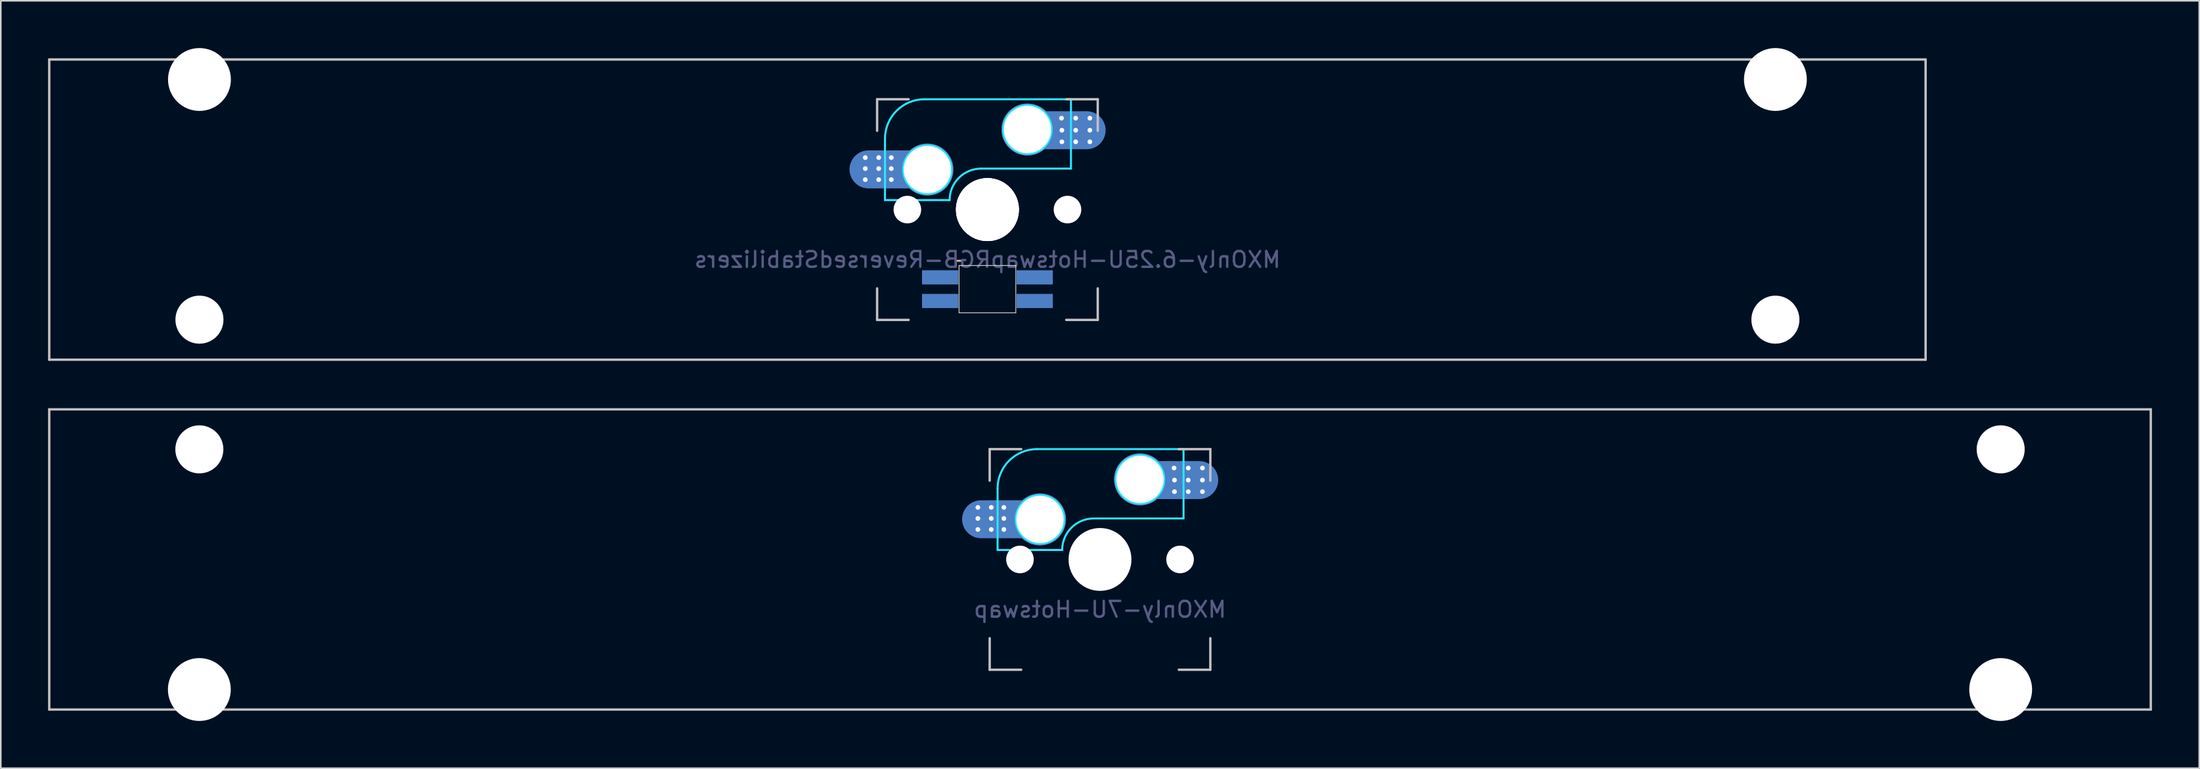
<source format=kicad_pcb>
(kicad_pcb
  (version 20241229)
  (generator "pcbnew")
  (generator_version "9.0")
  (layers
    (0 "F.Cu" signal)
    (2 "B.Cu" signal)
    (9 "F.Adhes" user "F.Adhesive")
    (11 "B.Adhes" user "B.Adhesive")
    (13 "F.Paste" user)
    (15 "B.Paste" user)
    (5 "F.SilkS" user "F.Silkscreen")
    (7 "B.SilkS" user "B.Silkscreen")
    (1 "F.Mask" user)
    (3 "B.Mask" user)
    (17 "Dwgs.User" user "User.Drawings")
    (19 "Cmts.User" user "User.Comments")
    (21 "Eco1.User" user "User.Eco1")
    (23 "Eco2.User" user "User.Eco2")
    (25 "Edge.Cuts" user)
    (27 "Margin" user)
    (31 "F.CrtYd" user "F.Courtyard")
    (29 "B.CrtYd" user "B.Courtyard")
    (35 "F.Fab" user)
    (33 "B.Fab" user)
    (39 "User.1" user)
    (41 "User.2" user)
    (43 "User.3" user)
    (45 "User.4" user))
  (footprint "MXOnly-6.25U-HotswapRGB-ReversedStabilizers"
    (layer "F.Cu")
    (at 59.606 10.249)
    (property "Reference" "MXOnly-6.25U-HotswapRGB-ReversedStabilizers" (at 0 3.175 0) (layer "B.Fab") (effects (font (size 1 1) (thickness 0.15)) (justify mirror)))
    (attr smd)
    (fp_line (start -2 3.25) (end -2 3.55) (stroke (width 0.12) (type solid)) (layer "B.SilkS"))
    (fp_line (start -1.7 3.25) (end -2 3.25) (stroke (width 0.12) (type solid)) (layer "B.SilkS"))
    (fp_line (start -59.531 -9.525) (end 59.531 -9.525) (stroke (width 0.15) (type solid)) (layer "Dwgs.User"))
    (fp_line (start -59.531 9.525) (end -59.531 -9.525) (stroke (width 0.15) (type solid)) (layer "Dwgs.User"))
    (fp_line (start -7 -7) (end -7 -5) (stroke (width 0.15) (type solid)) (layer "Dwgs.User"))
    (fp_line (start -7 5) (end -7 7) (stroke (width 0.15) (type solid)) (layer "Dwgs.User"))
    (fp_line (start -7 7) (end -5 7) (stroke (width 0.15) (type solid)) (layer "Dwgs.User"))
    (fp_line (start -5 -7) (end -7 -7) (stroke (width 0.15) (type solid)) (layer "Dwgs.User"))
    (fp_line (start 5 -7) (end 7 -7) (stroke (width 0.15) (type solid)) (layer "Dwgs.User"))
    (fp_line (start 5 7) (end 7 7) (stroke (width 0.15) (type solid)) (layer "Dwgs.User"))
    (fp_line (start 7 -5) (end 7 -7) (stroke (width 0.15) (type solid)) (layer "Dwgs.User"))
    (fp_line (start 7 7) (end 7 5) (stroke (width 0.15) (type solid)) (layer "Dwgs.User"))
    (fp_line (start 59.531 -9.525) (end 59.531 9.525) (stroke (width 0.15) (type solid)) (layer "Dwgs.User"))
    (fp_line (start 59.531 9.525) (end -59.531 9.525) (stroke (width 0.15) (type solid)) (layer "Dwgs.User"))
    (fp_line (start -1.8 3.55) (end -1.8 6.55) (stroke (width 0.05) (type default)) (layer "Edge.Cuts"))
    (fp_line (start -1.8 3.55) (end 1.8 3.55) (stroke (width 0.05) (type solid)) (layer "Edge.Cuts"))
    (fp_line (start 1.8 3.55) (end 1.8 6.55) (stroke (width 0.05) (type default)) (layer "Edge.Cuts"))
    (fp_line (start 1.8 6.55) (end -1.8 6.55) (stroke (width 0.05) (type solid)) (layer "Edge.Cuts"))
    (fp_line (start -6.5 -4.5) (end -6.5 -0.6) (stroke (width 0.127) (type solid)) (layer "B.CrtYd"))
    (fp_line (start -6.5 -0.6) (end -2.4 -0.6) (stroke (width 0.127) (type solid)) (layer "B.CrtYd"))
    (fp_line (start -0.4 -2.6) (end 5.3 -2.6) (stroke (width 0.127) (type solid)) (layer "B.CrtYd"))
    (fp_line (start 5.3 -7) (end -4 -7) (stroke (width 0.127) (type solid)) (layer "B.CrtYd"))
    (fp_line (start 5.3 -7) (end 5.3 -2.6) (stroke (width 0.127) (type solid)) (layer "B.CrtYd"))
    (fp_arc (start -6.5 -4.5) (mid -5.767767 -6.267767) (end -4 -7) (stroke (width 0.127) (type solid)) (layer "B.CrtYd"))
    (fp_arc (start -2.4 -0.6) (mid -1.814214 -2.014214) (end -0.4 -2.6) (stroke (width 0.127) (type solid)) (layer "B.CrtYd"))
    (fp_circle (center -3.81 -2.54) (end -2.286 -2.54) (stroke (width 0.15) (type solid)) (fill no) (layer "B.CrtYd"))
    (fp_circle (center 2.54 -5.08) (end 2.54 -6.604) (stroke (width 0.15) (type solid)) (fill no) (layer "B.CrtYd"))
    (pad "" np_thru_hole circle (at -50 -8.255) (size 3.988 3.988) (drill 3.988) (layers "*.Cu" "*.Mask"))
    (pad "" np_thru_hole circle (at -50 6.985) (size 3.048 3.048) (drill 3.048) (layers "*.Cu" "*.Mask"))
    (pad "" np_thru_hole circle (at -5.08 0 48.1) (size 1.75 1.75) (drill 1.75) (layers "*.Cu" "*.Mask"))
    (pad "" np_thru_hole circle (at 0 0) (size 3.988 3.988) (drill 3.988) (layers "*.Cu" "*.Mask"))
    (pad "" np_thru_hole circle (at 0 0) (size 3.988 3.988) (drill 3.988) (layers "*.Cu" "*.Mask"))
    (pad "" np_thru_hole circle (at 0 0) (size 4 4) (drill 4) (layers "*.Cu" "*.Mask"))
    (pad "" np_thru_hole circle (at 5.08 0 48.1) (size 1.75 1.75) (drill 1.75) (layers "*.Cu" "*.Mask"))
    (pad "" np_thru_hole circle (at 50 -8.255) (size 3.988 3.988) (drill 3.988) (layers "*.Cu" "*.Mask"))
    (pad "" np_thru_hole circle (at 50 6.985) (size 3.048 3.048) (drill 3.048) (layers "*.Cu" "*.Mask"))
    (pad "1" thru_hole circle (at 2.54 -5.08) (size 3.3 3.3) (drill 3) (layers "*.Cu" "B.Mask"))
    (pad "1" thru_hole circle (at 4.7 -5.8) (size 0.4 0.4) (drill 0.3) (layers "*.Cu" "B.Mask"))
    (pad "1" thru_hole circle (at 4.725 -5.035) (size 0.4 0.4) (drill 0.3) (layers "*.Cu" "B.Mask"))
    (pad "1" thru_hole circle (at 4.725 -4.3) (size 0.4 0.4) (drill 0.3) (layers "*.Cu" "B.Mask"))
    (pad "1" smd oval (at 4.75 -5.035) (size 5.5 2.41) (layers "B.Cu" "B.Mask" "B.Paste"))
    (pad "1" thru_hole circle (at 5.6 -5.8) (size 0.4 0.4) (drill 0.3) (layers "*.Cu" "B.Mask"))
    (pad "1" thru_hole circle (at 5.6 -5.035) (size 0.4 0.4) (drill 0.3) (layers "*.Cu" "B.Mask"))
    (pad "1" thru_hole circle (at 5.6 -4.3) (size 0.4 0.4) (drill 0.3) (layers "*.Cu" "B.Mask"))
    (pad "1" thru_hole circle (at 6.5 -5.8) (size 0.4 0.4) (drill 0.3) (layers "*.Cu" "B.Mask"))
    (pad "1" thru_hole circle (at 6.5 -5.035) (size 0.4 0.4) (drill 0.3) (layers "*.Cu" "B.Mask"))
    (pad "1" thru_hole circle (at 6.5 -4.3) (size 0.4 0.4) (drill 0.3) (layers "*.Cu" "B.Mask"))
    (pad "2" thru_hole circle (at -7.75 -3.3) (size 0.4 0.4) (drill 0.3) (layers "*.Cu" "B.Mask"))
    (pad "2" thru_hole circle (at -7.75 -2.6) (size 0.4 0.4) (drill 0.3) (layers "*.Cu" "B.Mask"))
    (pad "2" thru_hole circle (at -7.75 -1.9) (size 0.4 0.4) (drill 0.3) (layers "*.Cu" "B.Mask"))
    (pad "2" thru_hole circle (at -6.9 -3.3) (size 0.4 0.4) (drill 0.3) (layers "*.Cu" "B.Mask"))
    (pad "2" thru_hole circle (at -6.9 -2.6) (size 0.4 0.4) (drill 0.3) (layers "*.Cu" "B.Mask"))
    (pad "2" thru_hole circle (at -6.9 -1.9) (size 0.4 0.4) (drill 0.3) (layers "*.Cu" "B.Mask"))
    (pad "2" thru_hole circle (at -6.1 -3.3) (size 0.4 0.4) (drill 0.3) (layers "*.Cu" "B.Mask"))
    (pad "2" thru_hole circle (at -6.1 -2.6) (size 0.4 0.4) (drill 0.3) (layers "*.Cu" "B.Mask"))
    (pad "2" thru_hole circle (at -6.1 -1.9) (size 0.4 0.4) (drill 0.3) (layers "*.Cu" "B.Mask"))
    (pad "2" smd oval (at -6 -2.55) (size 5.5 2.41) (layers "B.Cu" "B.Mask" "B.Paste"))
    (pad "2" thru_hole circle (at -3.81 -2.54) (size 3.3 3.3) (drill 3) (layers "*.Cu" "B.Mask"))
    (pad "3" smd rect (at -3 4.3) (size 2.3 0.9) (layers "B.Cu" "B.Mask" "B.Paste"))
    (pad "4" smd rect (at -3 5.8) (size 2.3 0.9) (layers "B.Cu" "B.Mask" "B.Paste"))
    (pad "5" smd rect (at 3 4.3) (size 2.3 0.9) (layers "B.Cu" "B.Mask" "B.Paste"))
    (pad "6" smd rect (at 3 5.8) (size 2.3 0.9) (layers "B.Cu" "B.Mask" "B.Paste")))
  (footprint "MXOnly-7U-Hotswap"
    (layer "F.Cu")
    (at 66.75 32.449)
    (property "Reference" "MXOnly-7U-Hotswap" (at 0 3.175 0) (layer "B.Fab") (effects (font (size 1 1) (thickness 0.15)) (justify mirror)))
    (attr smd)
    (fp_line (start -66.675 -9.525) (end 66.675 -9.525) (stroke (width 0.15) (type solid)) (layer "Dwgs.User"))
    (fp_line (start -66.675 9.525) (end -66.675 -9.525) (stroke (width 0.15) (type solid)) (layer "Dwgs.User"))
    (fp_line (start -7 -7) (end -7 -5) (stroke (width 0.15) (type solid)) (layer "Dwgs.User"))
    (fp_line (start -7 5) (end -7 7) (stroke (width 0.15) (type solid)) (layer "Dwgs.User"))
    (fp_line (start -7 7) (end -5 7) (stroke (width 0.15) (type solid)) (layer "Dwgs.User"))
    (fp_line (start -5 -7) (end -7 -7) (stroke (width 0.15) (type solid)) (layer "Dwgs.User"))
    (fp_line (start 5 -7) (end 7 -7) (stroke (width 0.15) (type solid)) (layer "Dwgs.User"))
    (fp_line (start 5 7) (end 7 7) (stroke (width 0.15) (type solid)) (layer "Dwgs.User"))
    (fp_line (start 7 -5) (end 7 -7) (stroke (width 0.15) (type solid)) (layer "Dwgs.User"))
    (fp_line (start 7 7) (end 7 5) (stroke (width 0.15) (type solid)) (layer "Dwgs.User"))
    (fp_line (start 66.675 -9.525) (end 66.675 9.525) (stroke (width 0.15) (type solid)) (layer "Dwgs.User"))
    (fp_line (start 66.675 9.525) (end -66.675 9.525) (stroke (width 0.15) (type solid)) (layer "Dwgs.User"))
    (fp_line (start -6.5 -4.5) (end -6.5 -0.6) (stroke (width 0.127) (type solid)) (layer "B.CrtYd"))
    (fp_line (start -6.5 -0.6) (end -2.4 -0.6) (stroke (width 0.127) (type solid)) (layer "B.CrtYd"))
    (fp_line (start -0.4 -2.6) (end 5.3 -2.6) (stroke (width 0.127) (type solid)) (layer "B.CrtYd"))
    (fp_line (start 5.3 -7) (end -4 -7) (stroke (width 0.127) (type solid)) (layer "B.CrtYd"))
    (fp_line (start 5.3 -7) (end 5.3 -2.6) (stroke (width 0.127) (type solid)) (layer "B.CrtYd"))
    (fp_arc (start -6.5 -4.5) (mid -5.767767 -6.267767) (end -4 -7) (stroke (width 0.127) (type solid)) (layer "B.CrtYd"))
    (fp_arc (start -2.4 -0.6) (mid -1.814214 -2.014214) (end -0.4 -2.6) (stroke (width 0.127) (type solid)) (layer "B.CrtYd"))
    (fp_circle (center -3.81 -2.54) (end -2.286 -2.54) (stroke (width 0.15) (type solid)) (fill no) (layer "B.CrtYd"))
    (fp_circle (center 2.54 -5.08) (end 2.54 -6.604) (stroke (width 0.15) (type solid)) (fill no) (layer "B.CrtYd"))
    (pad "" np_thru_hole circle (at -57.15 -6.985) (size 3.048 3.048) (drill 3.048) (layers "*.Cu" "*.Mask"))
    (pad "" np_thru_hole circle (at -57.15 8.255) (size 3.988 3.988) (drill 3.988) (layers "*.Cu" "*.Mask"))
    (pad "" np_thru_hole circle (at -5.08 0 48.1) (size 1.75 1.75) (drill 1.75) (layers "*.Cu" "*.Mask"))
    (pad "" np_thru_hole circle (at 0 0) (size 3.988 3.988) (drill 3.988) (layers "*.Cu" "*.Mask"))
    (pad "" np_thru_hole circle (at 5.08 0 48.1) (size 1.75 1.75) (drill 1.75) (layers "*.Cu" "*.Mask"))
    (pad "" np_thru_hole circle (at 57.15 -6.985) (size 3.048 3.048) (drill 3.048) (layers "*.Cu" "*.Mask"))
    (pad "" np_thru_hole circle (at 57.15 8.255) (size 3.988 3.988) (drill 3.988) (layers "*.Cu" "*.Mask"))
    (pad "1" thru_hole circle (at 2.54 -5.08) (size 3.3 3.3) (drill 3) (layers "*.Cu" "B.Mask"))
    (pad "1" thru_hole circle (at 4.7 -5.8) (size 0.4 0.4) (drill 0.3) (layers "*.Cu" "B.Mask"))
    (pad "1" thru_hole circle (at 4.725 -5.035) (size 0.4 0.4) (drill 0.3) (layers "*.Cu" "B.Mask"))
    (pad "1" thru_hole circle (at 4.725 -4.3) (size 0.4 0.4) (drill 0.3) (layers "*.Cu" "B.Mask"))
    (pad "1" smd oval (at 4.75 -5.035) (size 5.5 2.41) (layers "B.Cu" "B.Mask" "B.Paste"))
    (pad "1" thru_hole circle (at 5.6 -5.8) (size 0.4 0.4) (drill 0.3) (layers "*.Cu" "B.Mask"))
    (pad "1" thru_hole circle (at 5.6 -5.035) (size 0.4 0.4) (drill 0.3) (layers "*.Cu" "B.Mask"))
    (pad "1" thru_hole circle (at 5.6 -4.3) (size 0.4 0.4) (drill 0.3) (layers "*.Cu" "B.Mask"))
    (pad "1" thru_hole circle (at 6.5 -5.8) (size 0.4 0.4) (drill 0.3) (layers "*.Cu" "B.Mask"))
    (pad "1" thru_hole circle (at 6.5 -5.035) (size 0.4 0.4) (drill 0.3) (layers "*.Cu" "B.Mask"))
    (pad "1" thru_hole circle (at 6.5 -4.3) (size 0.4 0.4) (drill 0.3) (layers "*.Cu" "B.Mask"))
    (pad "2" thru_hole circle (at -7.75 -3.3) (size 0.4 0.4) (drill 0.3) (layers "*.Cu" "B.Mask"))
    (pad "2" thru_hole circle (at -7.75 -2.6) (size 0.4 0.4) (drill 0.3) (layers "*.Cu" "B.Mask"))
    (pad "2" thru_hole circle (at -7.75 -1.9) (size 0.4 0.4) (drill 0.3) (layers "*.Cu" "B.Mask"))
    (pad "2" thru_hole circle (at -6.9 -3.3) (size 0.4 0.4) (drill 0.3) (layers "*.Cu" "B.Mask"))
    (pad "2" thru_hole circle (at -6.9 -2.6) (size 0.4 0.4) (drill 0.3) (layers "*.Cu" "B.Mask"))
    (pad "2" thru_hole circle (at -6.9 -1.9) (size 0.4 0.4) (drill 0.3) (layers "*.Cu" "B.Mask"))
    (pad "2" thru_hole circle (at -6.1 -3.3) (size 0.4 0.4) (drill 0.3) (layers "*.Cu" "B.Mask"))
    (pad "2" thru_hole circle (at -6.1 -2.6) (size 0.4 0.4) (drill 0.3) (layers "*.Cu" "B.Mask"))
    (pad "2" thru_hole circle (at -6.1 -1.9) (size 0.4 0.4) (drill 0.3) (layers "*.Cu" "B.Mask"))
    (pad "2" smd oval (at -6 -2.55) (size 5.5 2.41) (layers "B.Cu" "B.Mask" "B.Paste"))
    (pad "2" thru_hole circle (at -3.81 -2.54) (size 3.3 3.3) (drill 3) (layers "*.Cu" "B.Mask")))
  (gr_rect
    (start -3 -3)
    (end 136.5 45.698)
    (stroke (width 0.1) (type default))
    (fill no)
    (layer "Edge.Cuts")))
</source>
